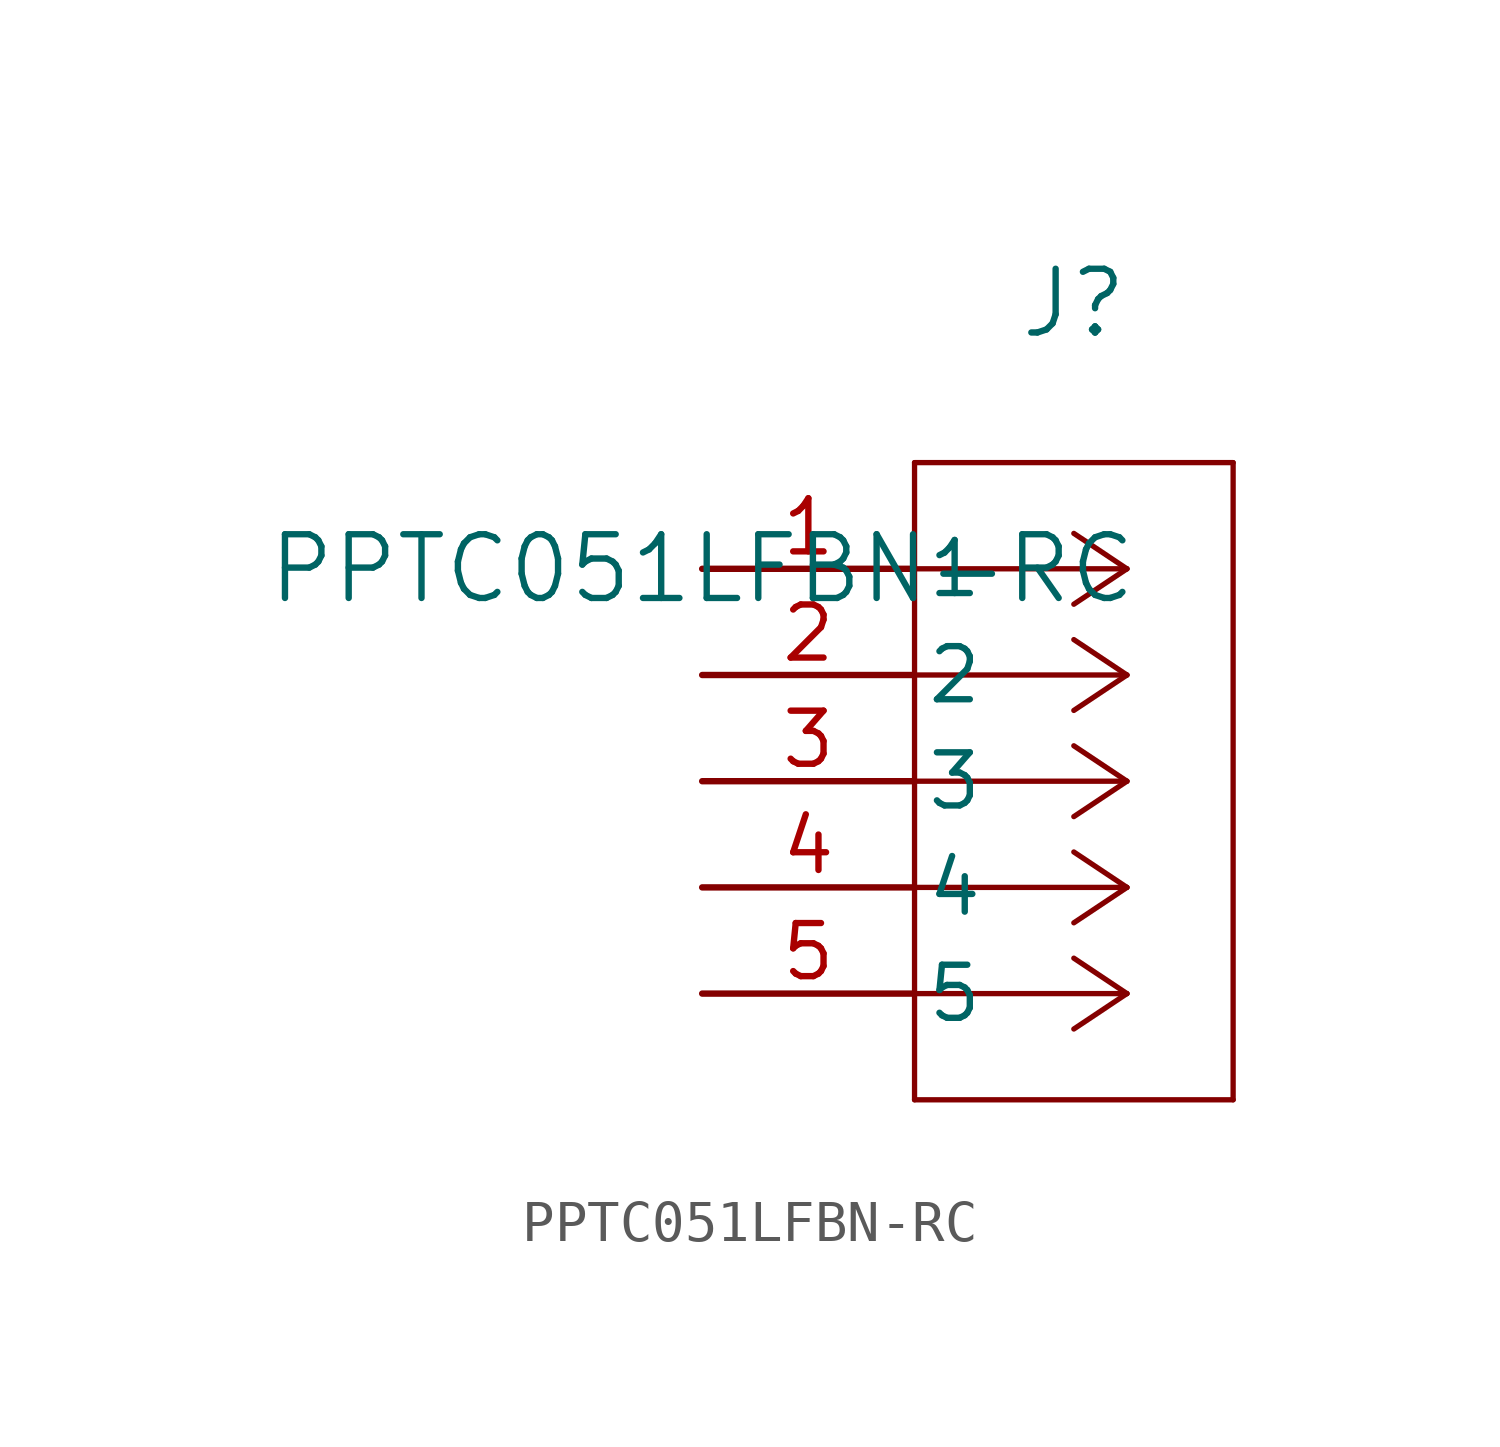
<source format=kicad_sym>
(kicad_symbol_lib
  (version 20211014)
  (generator kicad_symbol_editor)
  (symbol "PPTC051LFBN-RC"
    (pin_names
      (offset 0.254))
    (property "Reference" "J"
      (at 8.89 6.35 0)
      (effects (font (size 1.524 1.524))))
    (property "Value" "PPTC051LFBN-RC"
      (at 0 0 0)
      (effects (font (size 1.524 1.524))))
    (symbol "PPTC051LFBN-RC_0_1"
      (polyline (pts (xy 10.16 0) (xy 5.08 0)) (stroke (width 0.127) (type default) (color 0 0 0 0)) (fill (type none)))
      (polyline (pts (xy 10.16 -2.54) (xy 5.08 -2.54)) (stroke (width 0.127) (type default) (color 0 0 0 0)) (fill (type none)))
      (polyline (pts (xy 10.16 -5.08) (xy 5.08 -5.08)) (stroke (width 0.127) (type default) (color 0 0 0 0)) (fill (type none)))
      (polyline (pts (xy 10.16 -7.62) (xy 5.08 -7.62)) (stroke (width 0.127) (type default) (color 0 0 0 0)) (fill (type none)))
      (polyline (pts (xy 10.16 -10.16) (xy 5.08 -10.16)) (stroke (width 0.127) (type default) (color 0 0 0 0)) (fill (type none)))
      (polyline (pts (xy 10.16 0) (xy 8.89 0.847)) (stroke (width 0.127) (type default) (color 0 0 0 0)) (fill (type none)))
      (polyline (pts (xy 10.16 -2.54) (xy 8.89 -1.693)) (stroke (width 0.127) (type default) (color 0 0 0 0)) (fill (type none)))
      (polyline (pts (xy 10.16 -5.08) (xy 8.89 -4.233)) (stroke (width 0.127) (type default) (color 0 0 0 0)) (fill (type none)))
      (polyline (pts (xy 10.16 -7.62) (xy 8.89 -6.773)) (stroke (width 0.127) (type default) (color 0 0 0 0)) (fill (type none)))
      (polyline (pts (xy 10.16 -10.16) (xy 8.89 -9.313)) (stroke (width 0.127) (type default) (color 0 0 0 0)) (fill (type none)))
      (polyline (pts (xy 10.16 0) (xy 8.89 -0.847)) (stroke (width 0.127) (type default) (color 0 0 0 0)) (fill (type none)))
      (polyline (pts (xy 10.16 -2.54) (xy 8.89 -3.387)) (stroke (width 0.127) (type default) (color 0 0 0 0)) (fill (type none)))
      (polyline (pts (xy 10.16 -5.08) (xy 8.89 -5.927)) (stroke (width 0.127) (type default) (color 0 0 0 0)) (fill (type none)))
      (polyline (pts (xy 10.16 -7.62) (xy 8.89 -8.467)) (stroke (width 0.127) (type default) (color 0 0 0 0)) (fill (type none)))
      (polyline (pts (xy 10.16 -10.16) (xy 8.89 -11.007)) (stroke (width 0.127) (type default) (color 0 0 0 0)) (fill (type none)))
      (polyline (pts (xy 5.08 2.54) (xy 5.08 -12.7)) (stroke (width 0.127) (type default) (color 0 0 0 0)) (fill (type none)))
      (polyline (pts (xy 5.08 -12.7) (xy 12.7 -12.7)) (stroke (width 0.127) (type default) (color 0 0 0 0)) (fill (type none)))
      (polyline (pts (xy 12.7 -12.7) (xy 12.7 2.54)) (stroke (width 0.127) (type default) (color 0 0 0 0)) (fill (type none)))
      (polyline (pts (xy 12.7 2.54) (xy 5.08 2.54)) (stroke (width 0.127) (type default) (color 0 0 0 0)) (fill (type none)))
      (pin unspecified line (at 0 0 0) (length 5.08) (name "1" (effects (font (size 1.27 1.27)))) (number "1" (effects (font (size 1.27 1.27)))))
      (pin unspecified line (at 0 -2.54 0) (length 5.08) (name "2" (effects (font (size 1.27 1.27)))) (number "2" (effects (font (size 1.27 1.27)))))
      (pin unspecified line (at 0 -5.08 0) (length 5.08) (name "3" (effects (font (size 1.27 1.27)))) (number "3" (effects (font (size 1.27 1.27)))))
      (pin unspecified line (at 0 -7.62 0) (length 5.08) (name "4" (effects (font (size 1.27 1.27)))) (number "4" (effects (font (size 1.27 1.27)))))
      (pin unspecified line (at 0 -10.16 0) (length 5.08) (name "5" (effects (font (size 1.27 1.27)))) (number "5" (effects (font (size 1.27 1.27))))))))
</source>
